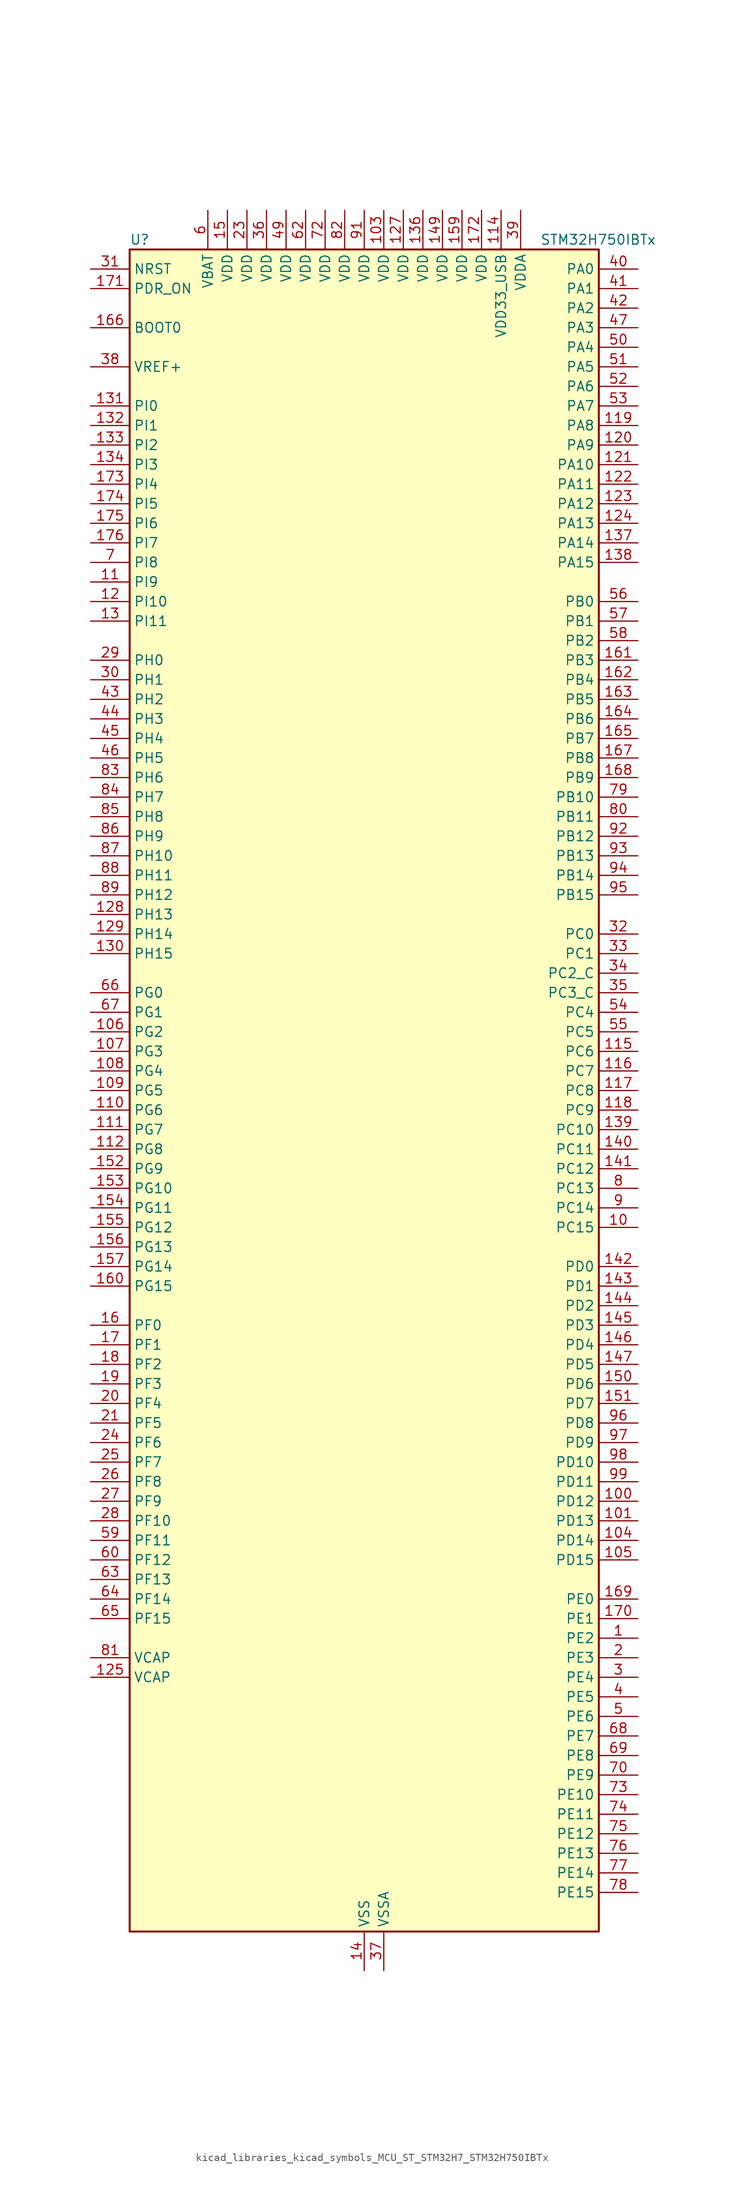
<source format=kicad_sym>
(kicad_symbol_lib
  (version 20220914)
  (generator kicad_symbol_editor)
  (symbol "kicad_libraries_kicad_symbols_MCU_ST_STM32H7_STM32H750IBTx"
    (property "Reference" "U"
      (at -30.48 110.49 0)
      (effects (font (size 1.27 1.27)) (justify left)))
    (property "Value" "STM32H750IBTx"
      (at 22.86 110.49 0)
      (effects (font (size 1.27 1.27)) (justify left)))
    (property "ki_locked" ""
      (at 0 0 0)
      (effects (font (size 1.27 1.27))))
    (symbol "kicad_libraries_kicad_symbols_MCU_ST_STM32H7_STM32H750IBTx_0_1"
      (rectangle (start -30.48 -109.22) (end 30.48 109.22) (stroke (width 0.254) (type default)) (fill (type background))))
    (symbol "kicad_libraries_kicad_symbols_MCU_ST_STM32H7_STM32H750IBTx_1_1"
      (pin bidirectional line (at 35.56 -71.12 180) (length 5.08) (name "PE2" (effects (font (size 1.27 1.27)))) (number "1" (effects (font (size 1.27 1.27)))) (alternate "DEBUG_TRACECLK" bidirectional line) (alternate "ETH_TXD3" bidirectional line) (alternate "FMC_A23" bidirectional line) (alternate "QUADSPI_BK1_IO2" bidirectional line) (alternate "SAI1_CK1" bidirectional line) (alternate "SAI1_MCLK_A" bidirectional line) (alternate "SAI4_CK1" bidirectional line) (alternate "SAI4_MCLK_A" bidirectional line) (alternate "SPI4_SCK" bidirectional line))
      (pin bidirectional line (at 35.56 -17.78 180) (length 5.08) (name "PC15" (effects (font (size 1.27 1.27)))) (number "10" (effects (font (size 1.27 1.27)))) (alternate "ADC1_EXTI15" bidirectional line) (alternate "ADC2_EXTI15" bidirectional line) (alternate "ADC3_EXTI15" bidirectional line) (alternate "RCC_OSC32_OUT" bidirectional line))
      (pin bidirectional line (at 35.56 -53.34 180) (length 5.08) (name "PD12" (effects (font (size 1.27 1.27)))) (number "100" (effects (font (size 1.27 1.27)))) (alternate "FMC_A17" bidirectional line) (alternate "FMC_ALE" bidirectional line) (alternate "I2C4_SCL" bidirectional line) (alternate "LPTIM1_IN1" bidirectional line) (alternate "LPTIM2_IN1" bidirectional line) (alternate "QUADSPI_BK1_IO1" bidirectional line) (alternate "SAI2_FS_A" bidirectional line) (alternate "TIM4_CH1" bidirectional line) (alternate "USART3_DE" bidirectional line) (alternate "USART3_RTS" bidirectional line))
      (pin bidirectional line (at 35.56 -55.88 180) (length 5.08) (name "PD13" (effects (font (size 1.27 1.27)))) (number "101" (effects (font (size 1.27 1.27)))) (alternate "FMC_A18" bidirectional line) (alternate "I2C4_SDA" bidirectional line) (alternate "LPTIM1_OUT" bidirectional line) (alternate "QUADSPI_BK1_IO3" bidirectional line) (alternate "SAI2_SCK_A" bidirectional line) (alternate "TIM4_CH2" bidirectional line))
      (pin passive line (at 0 -114.3 90) (length 5.08) hide (name "VSS" (effects (font (size 1.27 1.27)))) (number "102" (effects (font (size 1.27 1.27)))))
      (pin power_in line (at 2.54 114.3 270) (length 5.08) (name "VDD" (effects (font (size 1.27 1.27)))) (number "103" (effects (font (size 1.27 1.27)))))
      (pin bidirectional line (at 35.56 -58.42 180) (length 5.08) (name "PD14" (effects (font (size 1.27 1.27)))) (number "104" (effects (font (size 1.27 1.27)))) (alternate "FMC_D0" bidirectional line) (alternate "FMC_DA0" bidirectional line) (alternate "SAI3_MCLK_B" bidirectional line) (alternate "TIM4_CH3" bidirectional line) (alternate "UART8_CTS" bidirectional line))
      (pin bidirectional line (at 35.56 -60.96 180) (length 5.08) (name "PD15" (effects (font (size 1.27 1.27)))) (number "105" (effects (font (size 1.27 1.27)))) (alternate "ADC1_EXTI15" bidirectional line) (alternate "ADC2_EXTI15" bidirectional line) (alternate "ADC3_EXTI15" bidirectional line) (alternate "FMC_D1" bidirectional line) (alternate "FMC_DA1" bidirectional line) (alternate "SAI3_MCLK_A" bidirectional line) (alternate "TIM4_CH4" bidirectional line) (alternate "UART8_DE" bidirectional line) (alternate "UART8_RTS" bidirectional line))
      (pin bidirectional line (at -35.56 7.62 0) (length 5.08) (name "PG2" (effects (font (size 1.27 1.27)))) (number "106" (effects (font (size 1.27 1.27)))) (alternate "FMC_A12" bidirectional line) (alternate "TIM8_BKIN" bidirectional line) (alternate "TIM8_BKIN_COMP1" bidirectional line) (alternate "TIM8_BKIN_COMP2" bidirectional line))
      (pin bidirectional line (at -35.56 5.08 0) (length 5.08) (name "PG3" (effects (font (size 1.27 1.27)))) (number "107" (effects (font (size 1.27 1.27)))) (alternate "FMC_A13" bidirectional line) (alternate "TIM8_BKIN2" bidirectional line) (alternate "TIM8_BKIN2_COMP1" bidirectional line) (alternate "TIM8_BKIN2_COMP2" bidirectional line))
      (pin bidirectional line (at -35.56 2.54 0) (length 5.08) (name "PG4" (effects (font (size 1.27 1.27)))) (number "108" (effects (font (size 1.27 1.27)))) (alternate "FMC_A14" bidirectional line) (alternate "FMC_BA0" bidirectional line) (alternate "TIM1_BKIN2" bidirectional line) (alternate "TIM1_BKIN2_COMP1" bidirectional line) (alternate "TIM1_BKIN2_COMP2" bidirectional line))
      (pin bidirectional line (at -35.56 0 0) (length 5.08) (name "PG5" (effects (font (size 1.27 1.27)))) (number "109" (effects (font (size 1.27 1.27)))) (alternate "FMC_A15" bidirectional line) (alternate "FMC_BA1" bidirectional line) (alternate "TIM1_ETR" bidirectional line))
      (pin bidirectional line (at -35.56 66.04 0) (length 5.08) (name "PI9" (effects (font (size 1.27 1.27)))) (number "11" (effects (font (size 1.27 1.27)))) (alternate "DAC1_EXTI9" bidirectional line) (alternate "FDCAN1_RX" bidirectional line) (alternate "FMC_D30" bidirectional line) (alternate "LTDC_VSYNC" bidirectional line) (alternate "UART4_RX" bidirectional line))
      (pin bidirectional line (at -35.56 -2.54 0) (length 5.08) (name "PG6" (effects (font (size 1.27 1.27)))) (number "110" (effects (font (size 1.27 1.27)))) (alternate "DCMI_D12" bidirectional line) (alternate "FMC_NE3" bidirectional line) (alternate "HRTIM_CHE1" bidirectional line) (alternate "LTDC_R7" bidirectional line) (alternate "QUADSPI_BK1_NCS" bidirectional line) (alternate "TIM17_BKIN" bidirectional line))
      (pin bidirectional line (at -35.56 -5.08 0) (length 5.08) (name "PG7" (effects (font (size 1.27 1.27)))) (number "111" (effects (font (size 1.27 1.27)))) (alternate "DCMI_D13" bidirectional line) (alternate "FMC_INT" bidirectional line) (alternate "HRTIM_CHE2" bidirectional line) (alternate "LTDC_CLK" bidirectional line) (alternate "SAI1_MCLK_A" bidirectional line) (alternate "USART6_CK" bidirectional line))
      (pin bidirectional line (at -35.56 -7.62 0) (length 5.08) (name "PG8" (effects (font (size 1.27 1.27)))) (number "112" (effects (font (size 1.27 1.27)))) (alternate "ETH_PPS_OUT" bidirectional line) (alternate "FMC_SDCLK" bidirectional line) (alternate "LTDC_G7" bidirectional line) (alternate "SPDIFRX1_IN2" bidirectional line) (alternate "SPI6_NSS" bidirectional line) (alternate "TIM8_ETR" bidirectional line) (alternate "USART6_DE" bidirectional line) (alternate "USART6_RTS" bidirectional line))
      (pin passive line (at 0 -114.3 90) (length 5.08) hide (name "VSS" (effects (font (size 1.27 1.27)))) (number "113" (effects (font (size 1.27 1.27)))))
      (pin power_in line (at 17.78 114.3 270) (length 5.08) (name "VDD33_USB" (effects (font (size 1.27 1.27)))) (number "114" (effects (font (size 1.27 1.27)))))
      (pin bidirectional line (at 35.56 5.08 180) (length 5.08) (name "PC6" (effects (font (size 1.27 1.27)))) (number "115" (effects (font (size 1.27 1.27)))) (alternate "DCMI_D0" bidirectional line) (alternate "DFSDM1_CKIN3" bidirectional line) (alternate "FMC_NWAIT" bidirectional line) (alternate "HRTIM_CHA1" bidirectional line) (alternate "I2S2_MCK" bidirectional line) (alternate "LTDC_HSYNC" bidirectional line) (alternate "SDMMC1_D0DIR" bidirectional line) (alternate "SDMMC1_D6" bidirectional line) (alternate "SDMMC2_D6" bidirectional line) (alternate "SWPMI1_IO" bidirectional line) (alternate "TIM3_CH1" bidirectional line) (alternate "TIM8_CH1" bidirectional line) (alternate "USART6_TX" bidirectional line))
      (pin bidirectional line (at 35.56 2.54 180) (length 5.08) (name "PC7" (effects (font (size 1.27 1.27)))) (number "116" (effects (font (size 1.27 1.27)))) (alternate "DCMI_D1" bidirectional line) (alternate "DEBUG_TRGIO" bidirectional line) (alternate "DFSDM1_DATIN3" bidirectional line) (alternate "FMC_NE1" bidirectional line) (alternate "HRTIM_CHA2" bidirectional line) (alternate "I2S3_MCK" bidirectional line) (alternate "LTDC_G6" bidirectional line) (alternate "SDMMC1_D123DIR" bidirectional line) (alternate "SDMMC1_D7" bidirectional line) (alternate "SDMMC2_D7" bidirectional line) (alternate "SWPMI1_TX" bidirectional line) (alternate "TIM3_CH2" bidirectional line) (alternate "TIM8_CH2" bidirectional line) (alternate "USART6_RX" bidirectional line))
      (pin bidirectional line (at 35.56 0 180) (length 5.08) (name "PC8" (effects (font (size 1.27 1.27)))) (number "117" (effects (font (size 1.27 1.27)))) (alternate "DCMI_D2" bidirectional line) (alternate "DEBUG_TRACED1" bidirectional line) (alternate "FMC_NCE" bidirectional line) (alternate "FMC_NE2" bidirectional line) (alternate "HRTIM_CHB1" bidirectional line) (alternate "SDMMC1_D0" bidirectional line) (alternate "SWPMI1_RX" bidirectional line) (alternate "TIM3_CH3" bidirectional line) (alternate "TIM8_CH3" bidirectional line) (alternate "UART5_DE" bidirectional line) (alternate "UART5_RTS" bidirectional line) (alternate "USART6_CK" bidirectional line))
      (pin bidirectional line (at 35.56 -2.54 180) (length 5.08) (name "PC9" (effects (font (size 1.27 1.27)))) (number "118" (effects (font (size 1.27 1.27)))) (alternate "DAC1_EXTI9" bidirectional line) (alternate "DCMI_D3" bidirectional line) (alternate "I2C3_SDA" bidirectional line) (alternate "I2S_CKIN" bidirectional line) (alternate "LTDC_B2" bidirectional line) (alternate "LTDC_G3" bidirectional line) (alternate "QUADSPI_BK1_IO0" bidirectional line) (alternate "RCC_MCO_2" bidirectional line) (alternate "SDMMC1_D1" bidirectional line) (alternate "SWPMI1_SUSPEND" bidirectional line) (alternate "TIM3_CH4" bidirectional line) (alternate "TIM8_CH4" bidirectional line) (alternate "UART5_CTS" bidirectional line))
      (pin bidirectional line (at 35.56 86.36 180) (length 5.08) (name "PA8" (effects (font (size 1.27 1.27)))) (number "119" (effects (font (size 1.27 1.27)))) (alternate "HRTIM_CHB2" bidirectional line) (alternate "I2C3_SCL" bidirectional line) (alternate "LTDC_B3" bidirectional line) (alternate "LTDC_R6" bidirectional line) (alternate "RCC_MCO_1" bidirectional line) (alternate "TIM1_CH1" bidirectional line) (alternate "TIM8_BKIN2" bidirectional line) (alternate "TIM8_BKIN2_COMP1" bidirectional line) (alternate "TIM8_BKIN2_COMP2" bidirectional line) (alternate "UART7_RX" bidirectional line) (alternate "USART1_CK" bidirectional line) (alternate "USB_OTG_FS_SOF" bidirectional line))
      (pin bidirectional line (at -35.56 63.5 0) (length 5.08) (name "PI10" (effects (font (size 1.27 1.27)))) (number "12" (effects (font (size 1.27 1.27)))) (alternate "ETH_RX_ER" bidirectional line) (alternate "FMC_D31" bidirectional line) (alternate "LTDC_HSYNC" bidirectional line))
      (pin bidirectional line (at 35.56 83.82 180) (length 5.08) (name "PA9" (effects (font (size 1.27 1.27)))) (number "120" (effects (font (size 1.27 1.27)))) (alternate "DAC1_EXTI9" bidirectional line) (alternate "DCMI_D0" bidirectional line) (alternate "HRTIM_CHC1" bidirectional line) (alternate "I2C3_SMBA" bidirectional line) (alternate "I2S2_CK" bidirectional line) (alternate "LPUART1_TX" bidirectional line) (alternate "LTDC_R5" bidirectional line) (alternate "SPI2_SCK" bidirectional line) (alternate "TIM1_CH2" bidirectional line) (alternate "USART1_TX" bidirectional line) (alternate "USB_OTG_FS_VBUS" bidirectional line))
      (pin bidirectional line (at 35.56 81.28 180) (length 5.08) (name "PA10" (effects (font (size 1.27 1.27)))) (number "121" (effects (font (size 1.27 1.27)))) (alternate "DCMI_D1" bidirectional line) (alternate "HRTIM_CHC2" bidirectional line) (alternate "LPUART1_RX" bidirectional line) (alternate "LTDC_B1" bidirectional line) (alternate "LTDC_B4" bidirectional line) (alternate "MDIOS_MDIO" bidirectional line) (alternate "TIM1_CH3" bidirectional line) (alternate "USART1_RX" bidirectional line) (alternate "USB_OTG_FS_ID" bidirectional line))
      (pin bidirectional line (at 35.56 78.74 180) (length 5.08) (name "PA11" (effects (font (size 1.27 1.27)))) (number "122" (effects (font (size 1.27 1.27)))) (alternate "ADC1_EXTI11" bidirectional line) (alternate "ADC2_EXTI11" bidirectional line) (alternate "ADC3_EXTI11" bidirectional line) (alternate "FDCAN1_RX" bidirectional line) (alternate "HRTIM_CHD1" bidirectional line) (alternate "I2S2_WS" bidirectional line) (alternate "LPUART1_CTS" bidirectional line) (alternate "LTDC_R4" bidirectional line) (alternate "SPI2_NSS" bidirectional line) (alternate "TIM1_CH4" bidirectional line) (alternate "UART4_RX" bidirectional line) (alternate "USART1_CTS" bidirectional line) (alternate "USART1_NSS" bidirectional line) (alternate "USB_OTG_FS_DM" bidirectional line))
      (pin bidirectional line (at 35.56 76.2 180) (length 5.08) (name "PA12" (effects (font (size 1.27 1.27)))) (number "123" (effects (font (size 1.27 1.27)))) (alternate "FDCAN1_TX" bidirectional line) (alternate "HRTIM_CHD2" bidirectional line) (alternate "I2S2_CK" bidirectional line) (alternate "LPUART1_DE" bidirectional line) (alternate "LPUART1_RTS" bidirectional line) (alternate "LTDC_R5" bidirectional line) (alternate "SAI2_FS_B" bidirectional line) (alternate "SPI2_SCK" bidirectional line) (alternate "TIM1_ETR" bidirectional line) (alternate "UART4_TX" bidirectional line) (alternate "USART1_DE" bidirectional line) (alternate "USART1_RTS" bidirectional line) (alternate "USB_OTG_FS_DP" bidirectional line))
      (pin bidirectional line (at 35.56 73.66 180) (length 5.08) (name "PA13" (effects (font (size 1.27 1.27)))) (number "124" (effects (font (size 1.27 1.27)))) (alternate "DEBUG_JTMS-SWDIO" bidirectional line))
      (pin power_out line (at -35.56 -76.2 0) (length 5.08) (name "VCAP" (effects (font (size 1.27 1.27)))) (number "125" (effects (font (size 1.27 1.27)))))
      (pin passive line (at 0 -114.3 90) (length 5.08) hide (name "VSS" (effects (font (size 1.27 1.27)))) (number "126" (effects (font (size 1.27 1.27)))))
      (pin power_in line (at 5.08 114.3 270) (length 5.08) (name "VDD" (effects (font (size 1.27 1.27)))) (number "127" (effects (font (size 1.27 1.27)))))
      (pin bidirectional line (at -35.56 22.86 0) (length 5.08) (name "PH13" (effects (font (size 1.27 1.27)))) (number "128" (effects (font (size 1.27 1.27)))) (alternate "FDCAN1_TX" bidirectional line) (alternate "FMC_D21" bidirectional line) (alternate "LTDC_G2" bidirectional line) (alternate "TIM8_CH1N" bidirectional line) (alternate "UART4_TX" bidirectional line))
      (pin bidirectional line (at -35.56 20.32 0) (length 5.08) (name "PH14" (effects (font (size 1.27 1.27)))) (number "129" (effects (font (size 1.27 1.27)))) (alternate "DCMI_D4" bidirectional line) (alternate "FDCAN1_RX" bidirectional line) (alternate "FMC_D22" bidirectional line) (alternate "LTDC_G3" bidirectional line) (alternate "TIM8_CH2N" bidirectional line) (alternate "UART4_RX" bidirectional line))
      (pin bidirectional line (at -35.56 60.96 0) (length 5.08) (name "PI11" (effects (font (size 1.27 1.27)))) (number "13" (effects (font (size 1.27 1.27)))) (alternate "ADC1_EXTI11" bidirectional line) (alternate "ADC2_EXTI11" bidirectional line) (alternate "ADC3_EXTI11" bidirectional line) (alternate "LTDC_G6" bidirectional line) (alternate "PWR_WKUP4" bidirectional line) (alternate "USB_OTG_HS_ULPI_DIR" bidirectional line))
      (pin bidirectional line (at -35.56 17.78 0) (length 5.08) (name "PH15" (effects (font (size 1.27 1.27)))) (number "130" (effects (font (size 1.27 1.27)))) (alternate "ADC1_EXTI15" bidirectional line) (alternate "ADC2_EXTI15" bidirectional line) (alternate "ADC3_EXTI15" bidirectional line) (alternate "DCMI_D11" bidirectional line) (alternate "FMC_D23" bidirectional line) (alternate "LTDC_G4" bidirectional line) (alternate "TIM8_CH3N" bidirectional line))
      (pin bidirectional line (at -35.56 88.9 0) (length 5.08) (name "PI0" (effects (font (size 1.27 1.27)))) (number "131" (effects (font (size 1.27 1.27)))) (alternate "DCMI_D13" bidirectional line) (alternate "FMC_D24" bidirectional line) (alternate "I2S2_WS" bidirectional line) (alternate "LTDC_G5" bidirectional line) (alternate "SPI2_NSS" bidirectional line) (alternate "TIM5_CH4" bidirectional line))
      (pin bidirectional line (at -35.56 86.36 0) (length 5.08) (name "PI1" (effects (font (size 1.27 1.27)))) (number "132" (effects (font (size 1.27 1.27)))) (alternate "DCMI_D8" bidirectional line) (alternate "FMC_D25" bidirectional line) (alternate "I2S2_CK" bidirectional line) (alternate "LTDC_G6" bidirectional line) (alternate "SPI2_SCK" bidirectional line) (alternate "TIM8_BKIN2" bidirectional line) (alternate "TIM8_BKIN2_COMP1" bidirectional line) (alternate "TIM8_BKIN2_COMP2" bidirectional line))
      (pin bidirectional line (at -35.56 83.82 0) (length 5.08) (name "PI2" (effects (font (size 1.27 1.27)))) (number "133" (effects (font (size 1.27 1.27)))) (alternate "DCMI_D9" bidirectional line) (alternate "FMC_D26" bidirectional line) (alternate "I2S2_SDI" bidirectional line) (alternate "LTDC_G7" bidirectional line) (alternate "SPI2_MISO" bidirectional line) (alternate "TIM8_CH4" bidirectional line))
      (pin bidirectional line (at -35.56 81.28 0) (length 5.08) (name "PI3" (effects (font (size 1.27 1.27)))) (number "134" (effects (font (size 1.27 1.27)))) (alternate "DCMI_D10" bidirectional line) (alternate "FMC_D27" bidirectional line) (alternate "I2S2_SDO" bidirectional line) (alternate "SPI2_MOSI" bidirectional line) (alternate "TIM8_ETR" bidirectional line))
      (pin passive line (at 0 -114.3 90) (length 5.08) hide (name "VSS" (effects (font (size 1.27 1.27)))) (number "135" (effects (font (size 1.27 1.27)))))
      (pin power_in line (at 7.62 114.3 270) (length 5.08) (name "VDD" (effects (font (size 1.27 1.27)))) (number "136" (effects (font (size 1.27 1.27)))))
      (pin bidirectional line (at 35.56 71.12 180) (length 5.08) (name "PA14" (effects (font (size 1.27 1.27)))) (number "137" (effects (font (size 1.27 1.27)))) (alternate "DEBUG_JTCK-SWCLK" bidirectional line))
      (pin bidirectional line (at 35.56 68.58 180) (length 5.08) (name "PA15" (effects (font (size 1.27 1.27)))) (number "138" (effects (font (size 1.27 1.27)))) (alternate "ADC1_EXTI15" bidirectional line) (alternate "ADC2_EXTI15" bidirectional line) (alternate "ADC3_EXTI15" bidirectional line) (alternate "CEC" bidirectional line) (alternate "DEBUG_JTDI" bidirectional line) (alternate "HRTIM_FLT1" bidirectional line) (alternate "I2S1_WS" bidirectional line) (alternate "I2S3_WS" bidirectional line) (alternate "SPI1_NSS" bidirectional line) (alternate "SPI3_NSS" bidirectional line) (alternate "SPI6_NSS" bidirectional line) (alternate "TIM2_CH1" bidirectional line) (alternate "TIM2_ETR" bidirectional line) (alternate "UART4_DE" bidirectional line) (alternate "UART4_RTS" bidirectional line) (alternate "UART7_TX" bidirectional line))
      (pin bidirectional line (at 35.56 -5.08 180) (length 5.08) (name "PC10" (effects (font (size 1.27 1.27)))) (number "139" (effects (font (size 1.27 1.27)))) (alternate "DCMI_D8" bidirectional line) (alternate "DFSDM1_CKIN5" bidirectional line) (alternate "HRTIM_EEV1" bidirectional line) (alternate "I2S3_CK" bidirectional line) (alternate "LTDC_R2" bidirectional line) (alternate "QUADSPI_BK1_IO1" bidirectional line) (alternate "SDMMC1_D2" bidirectional line) (alternate "SPI3_SCK" bidirectional line) (alternate "UART4_TX" bidirectional line) (alternate "USART3_TX" bidirectional line))
      (pin power_in line (at 0 -114.3 90) (length 5.08) (name "VSS" (effects (font (size 1.27 1.27)))) (number "14" (effects (font (size 1.27 1.27)))))
      (pin bidirectional line (at 35.56 -7.62 180) (length 5.08) (name "PC11" (effects (font (size 1.27 1.27)))) (number "140" (effects (font (size 1.27 1.27)))) (alternate "ADC1_EXTI11" bidirectional line) (alternate "ADC2_EXTI11" bidirectional line) (alternate "ADC3_EXTI11" bidirectional line) (alternate "DCMI_D4" bidirectional line) (alternate "DFSDM1_DATIN5" bidirectional line) (alternate "HRTIM_FLT2" bidirectional line) (alternate "I2S3_SDI" bidirectional line) (alternate "QUADSPI_BK2_NCS" bidirectional line) (alternate "SDMMC1_D3" bidirectional line) (alternate "SPI3_MISO" bidirectional line) (alternate "UART4_RX" bidirectional line) (alternate "USART3_RX" bidirectional line))
      (pin bidirectional line (at 35.56 -10.16 180) (length 5.08) (name "PC12" (effects (font (size 1.27 1.27)))) (number "141" (effects (font (size 1.27 1.27)))) (alternate "DCMI_D9" bidirectional line) (alternate "DEBUG_TRACED3" bidirectional line) (alternate "HRTIM_EEV2" bidirectional line) (alternate "I2S3_SDO" bidirectional line) (alternate "SDMMC1_CK" bidirectional line) (alternate "SPI3_MOSI" bidirectional line) (alternate "UART5_TX" bidirectional line) (alternate "USART3_CK" bidirectional line))
      (pin bidirectional line (at 35.56 -22.86 180) (length 5.08) (name "PD0" (effects (font (size 1.27 1.27)))) (number "142" (effects (font (size 1.27 1.27)))) (alternate "DFSDM1_CKIN6" bidirectional line) (alternate "FDCAN1_RX" bidirectional line) (alternate "FMC_D2" bidirectional line) (alternate "FMC_DA2" bidirectional line) (alternate "SAI3_SCK_A" bidirectional line) (alternate "UART4_RX" bidirectional line))
      (pin bidirectional line (at 35.56 -25.4 180) (length 5.08) (name "PD1" (effects (font (size 1.27 1.27)))) (number "143" (effects (font (size 1.27 1.27)))) (alternate "DFSDM1_DATIN6" bidirectional line) (alternate "FDCAN1_TX" bidirectional line) (alternate "FMC_D3" bidirectional line) (alternate "FMC_DA3" bidirectional line) (alternate "SAI3_SD_A" bidirectional line) (alternate "UART4_TX" bidirectional line))
      (pin bidirectional line (at 35.56 -27.94 180) (length 5.08) (name "PD2" (effects (font (size 1.27 1.27)))) (number "144" (effects (font (size 1.27 1.27)))) (alternate "DCMI_D11" bidirectional line) (alternate "DEBUG_TRACED2" bidirectional line) (alternate "SDMMC1_CMD" bidirectional line) (alternate "TIM3_ETR" bidirectional line) (alternate "UART5_RX" bidirectional line))
      (pin bidirectional line (at 35.56 -30.48 180) (length 5.08) (name "PD3" (effects (font (size 1.27 1.27)))) (number "145" (effects (font (size 1.27 1.27)))) (alternate "DCMI_D5" bidirectional line) (alternate "DFSDM1_CKOUT" bidirectional line) (alternate "FMC_CLK" bidirectional line) (alternate "I2S2_CK" bidirectional line) (alternate "LTDC_G7" bidirectional line) (alternate "SPI2_SCK" bidirectional line) (alternate "USART2_CTS" bidirectional line) (alternate "USART2_NSS" bidirectional line))
      (pin bidirectional line (at 35.56 -33.02 180) (length 5.08) (name "PD4" (effects (font (size 1.27 1.27)))) (number "146" (effects (font (size 1.27 1.27)))) (alternate "FMC_NOE" bidirectional line) (alternate "HRTIM_FLT3" bidirectional line) (alternate "SAI3_FS_A" bidirectional line) (alternate "USART2_DE" bidirectional line) (alternate "USART2_RTS" bidirectional line))
      (pin bidirectional line (at 35.56 -35.56 180) (length 5.08) (name "PD5" (effects (font (size 1.27 1.27)))) (number "147" (effects (font (size 1.27 1.27)))) (alternate "FMC_NWE" bidirectional line) (alternate "HRTIM_EEV3" bidirectional line) (alternate "USART2_TX" bidirectional line))
      (pin passive line (at 0 -114.3 90) (length 5.08) hide (name "VSS" (effects (font (size 1.27 1.27)))) (number "148" (effects (font (size 1.27 1.27)))))
      (pin power_in line (at 10.16 114.3 270) (length 5.08) (name "VDD" (effects (font (size 1.27 1.27)))) (number "149" (effects (font (size 1.27 1.27)))))
      (pin power_in line (at -17.78 114.3 270) (length 5.08) (name "VDD" (effects (font (size 1.27 1.27)))) (number "15" (effects (font (size 1.27 1.27)))))
      (pin bidirectional line (at 35.56 -38.1 180) (length 5.08) (name "PD6" (effects (font (size 1.27 1.27)))) (number "150" (effects (font (size 1.27 1.27)))) (alternate "DCMI_D10" bidirectional line) (alternate "DFSDM1_CKIN4" bidirectional line) (alternate "DFSDM1_DATIN1" bidirectional line) (alternate "FMC_NWAIT" bidirectional line) (alternate "I2S3_SDO" bidirectional line) (alternate "LTDC_B2" bidirectional line) (alternate "SAI1_D1" bidirectional line) (alternate "SAI1_SD_A" bidirectional line) (alternate "SAI4_D1" bidirectional line) (alternate "SAI4_SD_A" bidirectional line) (alternate "SDMMC2_CK" bidirectional line) (alternate "SPI3_MOSI" bidirectional line) (alternate "USART2_RX" bidirectional line))
      (pin bidirectional line (at 35.56 -40.64 180) (length 5.08) (name "PD7" (effects (font (size 1.27 1.27)))) (number "151" (effects (font (size 1.27 1.27)))) (alternate "DFSDM1_CKIN1" bidirectional line) (alternate "DFSDM1_DATIN4" bidirectional line) (alternate "FMC_NE1" bidirectional line) (alternate "I2S1_SDO" bidirectional line) (alternate "SDMMC2_CMD" bidirectional line) (alternate "SPDIFRX1_IN0" bidirectional line) (alternate "SPI1_MOSI" bidirectional line) (alternate "USART2_CK" bidirectional line))
      (pin bidirectional line (at -35.56 -10.16 0) (length 5.08) (name "PG9" (effects (font (size 1.27 1.27)))) (number "152" (effects (font (size 1.27 1.27)))) (alternate "DAC1_EXTI9" bidirectional line) (alternate "DCMI_VSYNC" bidirectional line) (alternate "FMC_NCE" bidirectional line) (alternate "FMC_NE2" bidirectional line) (alternate "I2S1_SDI" bidirectional line) (alternate "QUADSPI_BK2_IO2" bidirectional line) (alternate "SAI2_FS_B" bidirectional line) (alternate "SPDIFRX1_IN3" bidirectional line) (alternate "SPI1_MISO" bidirectional line) (alternate "USART6_RX" bidirectional line))
      (pin bidirectional line (at -35.56 -12.7 0) (length 5.08) (name "PG10" (effects (font (size 1.27 1.27)))) (number "153" (effects (font (size 1.27 1.27)))) (alternate "DCMI_D2" bidirectional line) (alternate "FMC_NE3" bidirectional line) (alternate "HRTIM_FLT5" bidirectional line) (alternate "I2S1_WS" bidirectional line) (alternate "LTDC_B2" bidirectional line) (alternate "LTDC_G3" bidirectional line) (alternate "SAI2_SD_B" bidirectional line) (alternate "SPI1_NSS" bidirectional line))
      (pin bidirectional line (at -35.56 -15.24 0) (length 5.08) (name "PG11" (effects (font (size 1.27 1.27)))) (number "154" (effects (font (size 1.27 1.27)))) (alternate "ADC1_EXTI11" bidirectional line) (alternate "ADC2_EXTI11" bidirectional line) (alternate "ADC3_EXTI11" bidirectional line) (alternate "DCMI_D3" bidirectional line) (alternate "ETH_TX_EN" bidirectional line) (alternate "HRTIM_EEV4" bidirectional line) (alternate "I2S1_CK" bidirectional line) (alternate "LPTIM1_IN2" bidirectional line) (alternate "LTDC_B3" bidirectional line) (alternate "SDMMC2_D2" bidirectional line) (alternate "SPDIFRX1_IN0" bidirectional line) (alternate "SPI1_SCK" bidirectional line))
      (pin bidirectional line (at -35.56 -17.78 0) (length 5.08) (name "PG12" (effects (font (size 1.27 1.27)))) (number "155" (effects (font (size 1.27 1.27)))) (alternate "ETH_TXD1" bidirectional line) (alternate "FMC_NE4" bidirectional line) (alternate "HRTIM_EEV5" bidirectional line) (alternate "LPTIM1_IN1" bidirectional line) (alternate "LTDC_B1" bidirectional line) (alternate "LTDC_B4" bidirectional line) (alternate "SPDIFRX1_IN1" bidirectional line) (alternate "SPI6_MISO" bidirectional line) (alternate "USART6_DE" bidirectional line) (alternate "USART6_RTS" bidirectional line))
      (pin bidirectional line (at -35.56 -20.32 0) (length 5.08) (name "PG13" (effects (font (size 1.27 1.27)))) (number "156" (effects (font (size 1.27 1.27)))) (alternate "DEBUG_TRACED0" bidirectional line) (alternate "ETH_TXD0" bidirectional line) (alternate "FMC_A24" bidirectional line) (alternate "HRTIM_EEV10" bidirectional line) (alternate "LPTIM1_OUT" bidirectional line) (alternate "LTDC_R0" bidirectional line) (alternate "SPI6_SCK" bidirectional line) (alternate "USART6_CTS" bidirectional line) (alternate "USART6_NSS" bidirectional line))
      (pin bidirectional line (at -35.56 -22.86 0) (length 5.08) (name "PG14" (effects (font (size 1.27 1.27)))) (number "157" (effects (font (size 1.27 1.27)))) (alternate "DEBUG_TRACED1" bidirectional line) (alternate "ETH_TXD1" bidirectional line) (alternate "FMC_A25" bidirectional line) (alternate "LPTIM1_ETR" bidirectional line) (alternate "LTDC_B0" bidirectional line) (alternate "QUADSPI_BK2_IO3" bidirectional line) (alternate "SPI6_MOSI" bidirectional line) (alternate "USART6_TX" bidirectional line))
      (pin passive line (at 0 -114.3 90) (length 5.08) hide (name "VSS" (effects (font (size 1.27 1.27)))) (number "158" (effects (font (size 1.27 1.27)))))
      (pin power_in line (at 12.7 114.3 270) (length 5.08) (name "VDD" (effects (font (size 1.27 1.27)))) (number "159" (effects (font (size 1.27 1.27)))))
      (pin bidirectional line (at -35.56 -30.48 0) (length 5.08) (name "PF0" (effects (font (size 1.27 1.27)))) (number "16" (effects (font (size 1.27 1.27)))) (alternate "FMC_A0" bidirectional line) (alternate "I2C2_SDA" bidirectional line))
      (pin bidirectional line (at -35.56 -25.4 0) (length 5.08) (name "PG15" (effects (font (size 1.27 1.27)))) (number "160" (effects (font (size 1.27 1.27)))) (alternate "ADC1_EXTI15" bidirectional line) (alternate "ADC2_EXTI15" bidirectional line) (alternate "ADC3_EXTI15" bidirectional line) (alternate "DCMI_D13" bidirectional line) (alternate "FMC_SDNCAS" bidirectional line) (alternate "USART6_CTS" bidirectional line) (alternate "USART6_NSS" bidirectional line))
      (pin bidirectional line (at 35.56 55.88 180) (length 5.08) (name "PB3" (effects (font (size 1.27 1.27)))) (number "161" (effects (font (size 1.27 1.27)))) (alternate "CRS_SYNC" bidirectional line) (alternate "DEBUG_JTDO-SWO" bidirectional line) (alternate "HRTIM_FLT4" bidirectional line) (alternate "I2S1_CK" bidirectional line) (alternate "I2S3_CK" bidirectional line) (alternate "SDMMC2_D2" bidirectional line) (alternate "SPI1_SCK" bidirectional line) (alternate "SPI3_SCK" bidirectional line) (alternate "SPI6_SCK" bidirectional line) (alternate "TIM2_CH2" bidirectional line) (alternate "UART7_RX" bidirectional line))
      (pin bidirectional line (at 35.56 53.34 180) (length 5.08) (name "PB4" (effects (font (size 1.27 1.27)))) (number "162" (effects (font (size 1.27 1.27)))) (alternate "DEBUG_JTRST" bidirectional line) (alternate "HRTIM_EEV6" bidirectional line) (alternate "I2S1_SDI" bidirectional line) (alternate "I2S2_WS" bidirectional line) (alternate "I2S3_SDI" bidirectional line) (alternate "SDMMC2_D3" bidirectional line) (alternate "SPI1_MISO" bidirectional line) (alternate "SPI2_NSS" bidirectional line) (alternate "SPI3_MISO" bidirectional line) (alternate "SPI6_MISO" bidirectional line) (alternate "TIM16_BKIN" bidirectional line) (alternate "TIM3_CH1" bidirectional line) (alternate "UART7_TX" bidirectional line))
      (pin bidirectional line (at 35.56 50.8 180) (length 5.08) (name "PB5" (effects (font (size 1.27 1.27)))) (number "163" (effects (font (size 1.27 1.27)))) (alternate "DCMI_D10" bidirectional line) (alternate "ETH_PPS_OUT" bidirectional line) (alternate "FDCAN2_RX" bidirectional line) (alternate "FMC_SDCKE1" bidirectional line) (alternate "HRTIM_EEV7" bidirectional line) (alternate "I2C1_SMBA" bidirectional line) (alternate "I2C4_SMBA" bidirectional line) (alternate "I2S1_SDO" bidirectional line) (alternate "I2S3_SDO" bidirectional line) (alternate "SPI1_MOSI" bidirectional line) (alternate "SPI3_MOSI" bidirectional line) (alternate "SPI6_MOSI" bidirectional line) (alternate "TIM17_BKIN" bidirectional line) (alternate "TIM3_CH2" bidirectional line) (alternate "UART5_RX" bidirectional line) (alternate "USB_OTG_HS_ULPI_D7" bidirectional line))
      (pin bidirectional line (at 35.56 48.26 180) (length 5.08) (name "PB6" (effects (font (size 1.27 1.27)))) (number "164" (effects (font (size 1.27 1.27)))) (alternate "CEC" bidirectional line) (alternate "DCMI_D5" bidirectional line) (alternate "DFSDM1_DATIN5" bidirectional line) (alternate "FDCAN2_TX" bidirectional line) (alternate "FMC_SDNE1" bidirectional line) (alternate "HRTIM_EEV8" bidirectional line) (alternate "I2C1_SCL" bidirectional line) (alternate "I2C4_SCL" bidirectional line) (alternate "LPUART1_TX" bidirectional line) (alternate "QUADSPI_BK1_NCS" bidirectional line) (alternate "TIM16_CH1N" bidirectional line) (alternate "TIM4_CH1" bidirectional line) (alternate "UART5_TX" bidirectional line) (alternate "USART1_TX" bidirectional line))
      (pin bidirectional line (at 35.56 45.72 180) (length 5.08) (name "PB7" (effects (font (size 1.27 1.27)))) (number "165" (effects (font (size 1.27 1.27)))) (alternate "DCMI_VSYNC" bidirectional line) (alternate "DFSDM1_CKIN5" bidirectional line) (alternate "FMC_NL" bidirectional line) (alternate "HRTIM_EEV9" bidirectional line) (alternate "I2C1_SDA" bidirectional line) (alternate "I2C4_SDA" bidirectional line) (alternate "LPUART1_RX" bidirectional line) (alternate "PWR_PVD_IN" bidirectional line) (alternate "TIM17_CH1N" bidirectional line) (alternate "TIM4_CH2" bidirectional line) (alternate "USART1_RX" bidirectional line))
      (pin input line (at -35.56 99.06 0) (length 5.08) (name "BOOT0" (effects (font (size 1.27 1.27)))) (number "166" (effects (font (size 1.27 1.27)))))
      (pin bidirectional line (at 35.56 43.18 180) (length 5.08) (name "PB8" (effects (font (size 1.27 1.27)))) (number "167" (effects (font (size 1.27 1.27)))) (alternate "DCMI_D6" bidirectional line) (alternate "DFSDM1_CKIN7" bidirectional line) (alternate "ETH_TXD3" bidirectional line) (alternate "FDCAN1_RX" bidirectional line) (alternate "I2C1_SCL" bidirectional line) (alternate "I2C4_SCL" bidirectional line) (alternate "LTDC_B6" bidirectional line) (alternate "SDMMC1_CKIN" bidirectional line) (alternate "SDMMC1_D4" bidirectional line) (alternate "SDMMC2_D4" bidirectional line) (alternate "TIM16_CH1" bidirectional line) (alternate "TIM4_CH3" bidirectional line) (alternate "UART4_RX" bidirectional line))
      (pin bidirectional line (at 35.56 40.64 180) (length 5.08) (name "PB9" (effects (font (size 1.27 1.27)))) (number "168" (effects (font (size 1.27 1.27)))) (alternate "DAC1_EXTI9" bidirectional line) (alternate "DCMI_D7" bidirectional line) (alternate "DFSDM1_DATIN7" bidirectional line) (alternate "FDCAN1_TX" bidirectional line) (alternate "I2C1_SDA" bidirectional line) (alternate "I2C4_SDA" bidirectional line) (alternate "I2C4_SMBA" bidirectional line) (alternate "I2S2_WS" bidirectional line) (alternate "LTDC_B7" bidirectional line) (alternate "SDMMC1_CDIR" bidirectional line) (alternate "SDMMC1_D5" bidirectional line) (alternate "SDMMC2_D5" bidirectional line) (alternate "SPI2_NSS" bidirectional line) (alternate "TIM17_CH1" bidirectional line) (alternate "TIM4_CH4" bidirectional line) (alternate "UART4_TX" bidirectional line))
      (pin bidirectional line (at 35.56 -66.04 180) (length 5.08) (name "PE0" (effects (font (size 1.27 1.27)))) (number "169" (effects (font (size 1.27 1.27)))) (alternate "DCMI_D2" bidirectional line) (alternate "FMC_NBL0" bidirectional line) (alternate "HRTIM_SCIN" bidirectional line) (alternate "LPTIM1_ETR" bidirectional line) (alternate "LPTIM2_ETR" bidirectional line) (alternate "SAI2_MCLK_A" bidirectional line) (alternate "TIM4_ETR" bidirectional line) (alternate "UART8_RX" bidirectional line))
      (pin bidirectional line (at -35.56 -33.02 0) (length 5.08) (name "PF1" (effects (font (size 1.27 1.27)))) (number "17" (effects (font (size 1.27 1.27)))) (alternate "FMC_A1" bidirectional line) (alternate "I2C2_SCL" bidirectional line))
      (pin bidirectional line (at 35.56 -68.58 180) (length 5.08) (name "PE1" (effects (font (size 1.27 1.27)))) (number "170" (effects (font (size 1.27 1.27)))) (alternate "DCMI_D3" bidirectional line) (alternate "FMC_NBL1" bidirectional line) (alternate "HRTIM_SCOUT" bidirectional line) (alternate "LPTIM1_IN2" bidirectional line) (alternate "UART8_TX" bidirectional line))
      (pin input line (at -35.56 104.14 0) (length 5.08) (name "PDR_ON" (effects (font (size 1.27 1.27)))) (number "171" (effects (font (size 1.27 1.27)))))
      (pin power_in line (at 15.24 114.3 270) (length 5.08) (name "VDD" (effects (font (size 1.27 1.27)))) (number "172" (effects (font (size 1.27 1.27)))))
      (pin bidirectional line (at -35.56 78.74 0) (length 5.08) (name "PI4" (effects (font (size 1.27 1.27)))) (number "173" (effects (font (size 1.27 1.27)))) (alternate "DCMI_D5" bidirectional line) (alternate "FMC_NBL2" bidirectional line) (alternate "LTDC_B4" bidirectional line) (alternate "SAI2_MCLK_A" bidirectional line) (alternate "TIM8_BKIN" bidirectional line) (alternate "TIM8_BKIN_COMP1" bidirectional line) (alternate "TIM8_BKIN_COMP2" bidirectional line))
      (pin bidirectional line (at -35.56 76.2 0) (length 5.08) (name "PI5" (effects (font (size 1.27 1.27)))) (number "174" (effects (font (size 1.27 1.27)))) (alternate "DCMI_VSYNC" bidirectional line) (alternate "FMC_NBL3" bidirectional line) (alternate "LTDC_B5" bidirectional line) (alternate "SAI2_SCK_A" bidirectional line) (alternate "TIM8_CH1" bidirectional line))
      (pin bidirectional line (at -35.56 73.66 0) (length 5.08) (name "PI6" (effects (font (size 1.27 1.27)))) (number "175" (effects (font (size 1.27 1.27)))) (alternate "DCMI_D6" bidirectional line) (alternate "FMC_D28" bidirectional line) (alternate "LTDC_B6" bidirectional line) (alternate "SAI2_SD_A" bidirectional line) (alternate "TIM8_CH2" bidirectional line))
      (pin bidirectional line (at -35.56 71.12 0) (length 5.08) (name "PI7" (effects (font (size 1.27 1.27)))) (number "176" (effects (font (size 1.27 1.27)))) (alternate "DCMI_D7" bidirectional line) (alternate "FMC_D29" bidirectional line) (alternate "LTDC_B7" bidirectional line) (alternate "SAI2_FS_A" bidirectional line) (alternate "TIM8_CH3" bidirectional line))
      (pin bidirectional line (at -35.56 -35.56 0) (length 5.08) (name "PF2" (effects (font (size 1.27 1.27)))) (number "18" (effects (font (size 1.27 1.27)))) (alternate "FMC_A2" bidirectional line) (alternate "I2C2_SMBA" bidirectional line))
      (pin bidirectional line (at -35.56 -38.1 0) (length 5.08) (name "PF3" (effects (font (size 1.27 1.27)))) (number "19" (effects (font (size 1.27 1.27)))) (alternate "ADC3_INP5" bidirectional line) (alternate "FMC_A3" bidirectional line))
      (pin bidirectional line (at 35.56 -73.66 180) (length 5.08) (name "PE3" (effects (font (size 1.27 1.27)))) (number "2" (effects (font (size 1.27 1.27)))) (alternate "DEBUG_TRACED0" bidirectional line) (alternate "FMC_A19" bidirectional line) (alternate "SAI1_SD_B" bidirectional line) (alternate "SAI4_SD_B" bidirectional line) (alternate "TIM15_BKIN" bidirectional line))
      (pin bidirectional line (at -35.56 -40.64 0) (length 5.08) (name "PF4" (effects (font (size 1.27 1.27)))) (number "20" (effects (font (size 1.27 1.27)))) (alternate "ADC3_INN5" bidirectional line) (alternate "ADC3_INP9" bidirectional line) (alternate "FMC_A4" bidirectional line))
      (pin bidirectional line (at -35.56 -43.18 0) (length 5.08) (name "PF5" (effects (font (size 1.27 1.27)))) (number "21" (effects (font (size 1.27 1.27)))) (alternate "ADC3_INP4" bidirectional line) (alternate "FMC_A5" bidirectional line))
      (pin passive line (at 0 -114.3 90) (length 5.08) hide (name "VSS" (effects (font (size 1.27 1.27)))) (number "22" (effects (font (size 1.27 1.27)))))
      (pin power_in line (at -15.24 114.3 270) (length 5.08) (name "VDD" (effects (font (size 1.27 1.27)))) (number "23" (effects (font (size 1.27 1.27)))))
      (pin bidirectional line (at -35.56 -45.72 0) (length 5.08) (name "PF6" (effects (font (size 1.27 1.27)))) (number "24" (effects (font (size 1.27 1.27)))) (alternate "ADC3_INN4" bidirectional line) (alternate "ADC3_INP8" bidirectional line) (alternate "QUADSPI_BK1_IO3" bidirectional line) (alternate "SAI1_SD_B" bidirectional line) (alternate "SAI4_SD_B" bidirectional line) (alternate "SPI5_NSS" bidirectional line) (alternate "TIM16_CH1" bidirectional line) (alternate "UART7_RX" bidirectional line))
      (pin bidirectional line (at -35.56 -48.26 0) (length 5.08) (name "PF7" (effects (font (size 1.27 1.27)))) (number "25" (effects (font (size 1.27 1.27)))) (alternate "ADC3_INP3" bidirectional line) (alternate "QUADSPI_BK1_IO2" bidirectional line) (alternate "SAI1_MCLK_B" bidirectional line) (alternate "SAI4_MCLK_B" bidirectional line) (alternate "SPI5_SCK" bidirectional line) (alternate "TIM17_CH1" bidirectional line) (alternate "UART7_TX" bidirectional line))
      (pin bidirectional line (at -35.56 -50.8 0) (length 5.08) (name "PF8" (effects (font (size 1.27 1.27)))) (number "26" (effects (font (size 1.27 1.27)))) (alternate "ADC3_INN3" bidirectional line) (alternate "ADC3_INP7" bidirectional line) (alternate "QUADSPI_BK1_IO0" bidirectional line) (alternate "SAI1_SCK_B" bidirectional line) (alternate "SAI4_SCK_B" bidirectional line) (alternate "SPI5_MISO" bidirectional line) (alternate "TIM13_CH1" bidirectional line) (alternate "TIM16_CH1N" bidirectional line) (alternate "UART7_DE" bidirectional line) (alternate "UART7_RTS" bidirectional line))
      (pin bidirectional line (at -35.56 -53.34 0) (length 5.08) (name "PF9" (effects (font (size 1.27 1.27)))) (number "27" (effects (font (size 1.27 1.27)))) (alternate "ADC3_INP2" bidirectional line) (alternate "DAC1_EXTI9" bidirectional line) (alternate "QUADSPI_BK1_IO1" bidirectional line) (alternate "SAI1_FS_B" bidirectional line) (alternate "SAI4_FS_B" bidirectional line) (alternate "SPI5_MOSI" bidirectional line) (alternate "TIM14_CH1" bidirectional line) (alternate "TIM17_CH1N" bidirectional line) (alternate "UART7_CTS" bidirectional line))
      (pin bidirectional line (at -35.56 -55.88 0) (length 5.08) (name "PF10" (effects (font (size 1.27 1.27)))) (number "28" (effects (font (size 1.27 1.27)))) (alternate "ADC3_INN2" bidirectional line) (alternate "ADC3_INP6" bidirectional line) (alternate "DCMI_D11" bidirectional line) (alternate "LTDC_DE" bidirectional line) (alternate "QUADSPI_CLK" bidirectional line) (alternate "SAI1_D3" bidirectional line) (alternate "SAI4_D3" bidirectional line) (alternate "TIM16_BKIN" bidirectional line))
      (pin bidirectional line (at -35.56 55.88 0) (length 5.08) (name "PH0" (effects (font (size 1.27 1.27)))) (number "29" (effects (font (size 1.27 1.27)))) (alternate "RCC_OSC_IN" bidirectional line))
      (pin bidirectional line (at 35.56 -76.2 180) (length 5.08) (name "PE4" (effects (font (size 1.27 1.27)))) (number "3" (effects (font (size 1.27 1.27)))) (alternate "DCMI_D4" bidirectional line) (alternate "DEBUG_TRACED1" bidirectional line) (alternate "DFSDM1_DATIN3" bidirectional line) (alternate "FMC_A20" bidirectional line) (alternate "LTDC_B0" bidirectional line) (alternate "SAI1_D2" bidirectional line) (alternate "SAI1_FS_A" bidirectional line) (alternate "SAI4_D2" bidirectional line) (alternate "SAI4_FS_A" bidirectional line) (alternate "SPI4_NSS" bidirectional line) (alternate "TIM15_CH1N" bidirectional line))
      (pin bidirectional line (at -35.56 53.34 0) (length 5.08) (name "PH1" (effects (font (size 1.27 1.27)))) (number "30" (effects (font (size 1.27 1.27)))) (alternate "RCC_OSC_OUT" bidirectional line))
      (pin input line (at -35.56 106.68 0) (length 5.08) (name "NRST" (effects (font (size 1.27 1.27)))) (number "31" (effects (font (size 1.27 1.27)))))
      (pin bidirectional line (at 35.56 20.32 180) (length 5.08) (name "PC0" (effects (font (size 1.27 1.27)))) (number "32" (effects (font (size 1.27 1.27)))) (alternate "ADC1_INP10" bidirectional line) (alternate "ADC2_INP10" bidirectional line) (alternate "ADC3_INP10" bidirectional line) (alternate "DFSDM1_CKIN0" bidirectional line) (alternate "DFSDM1_DATIN4" bidirectional line) (alternate "FMC_SDNWE" bidirectional line) (alternate "LTDC_R5" bidirectional line) (alternate "SAI2_FS_B" bidirectional line) (alternate "USB_OTG_HS_ULPI_STP" bidirectional line))
      (pin bidirectional line (at 35.56 17.78 180) (length 5.08) (name "PC1" (effects (font (size 1.27 1.27)))) (number "33" (effects (font (size 1.27 1.27)))) (alternate "ADC1_INN10" bidirectional line) (alternate "ADC1_INP11" bidirectional line) (alternate "ADC2_INN10" bidirectional line) (alternate "ADC2_INP11" bidirectional line) (alternate "ADC3_INN10" bidirectional line) (alternate "ADC3_INP11" bidirectional line) (alternate "DEBUG_TRACED0" bidirectional line) (alternate "DFSDM1_CKIN4" bidirectional line) (alternate "DFSDM1_DATIN0" bidirectional line) (alternate "ETH_MDC" bidirectional line) (alternate "I2S2_SDO" bidirectional line) (alternate "MDIOS_MDC" bidirectional line) (alternate "PWR_WKUP5" bidirectional line) (alternate "RTC_TAMP3" bidirectional line) (alternate "SAI1_D1" bidirectional line) (alternate "SAI1_SD_A" bidirectional line) (alternate "SAI4_D1" bidirectional line) (alternate "SAI4_SD_A" bidirectional line) (alternate "SDMMC2_CK" bidirectional line) (alternate "SPI2_MOSI" bidirectional line))
      (pin bidirectional line (at 35.56 15.24 180) (length 5.08) (name "PC2_C" (effects (font (size 1.27 1.27)))) (number "34" (effects (font (size 1.27 1.27)))) (alternate "ADC3_INN1" bidirectional line) (alternate "ADC3_INP0" bidirectional line) (alternate "DFSDM1_CKIN1" bidirectional line) (alternate "DFSDM1_CKOUT" bidirectional line) (alternate "ETH_TXD2" bidirectional line) (alternate "FMC_SDNE0" bidirectional line) (alternate "I2S2_SDI" bidirectional line) (alternate "PWR_CSTOP" bidirectional line) (alternate "SPI2_MISO" bidirectional line) (alternate "USB_OTG_HS_ULPI_DIR" bidirectional line))
      (pin bidirectional line (at 35.56 12.7 180) (length 5.08) (name "PC3_C" (effects (font (size 1.27 1.27)))) (number "35" (effects (font (size 1.27 1.27)))) (alternate "ADC3_INP1" bidirectional line) (alternate "DFSDM1_DATIN1" bidirectional line) (alternate "ETH_TX_CLK" bidirectional line) (alternate "FMC_SDCKE0" bidirectional line) (alternate "I2S2_SDO" bidirectional line) (alternate "PWR_CSLEEP" bidirectional line) (alternate "SPI2_MOSI" bidirectional line) (alternate "USB_OTG_HS_ULPI_NXT" bidirectional line))
      (pin power_in line (at -12.7 114.3 270) (length 5.08) (name "VDD" (effects (font (size 1.27 1.27)))) (number "36" (effects (font (size 1.27 1.27)))))
      (pin power_in line (at 2.54 -114.3 90) (length 5.08) (name "VSSA" (effects (font (size 1.27 1.27)))) (number "37" (effects (font (size 1.27 1.27)))))
      (pin input line (at -35.56 93.98 0) (length 5.08) (name "VREF+" (effects (font (size 1.27 1.27)))) (number "38" (effects (font (size 1.27 1.27)))) (alternate "VREFBUF_OUT" bidirectional line))
      (pin power_in line (at 20.32 114.3 270) (length 5.08) (name "VDDA" (effects (font (size 1.27 1.27)))) (number "39" (effects (font (size 1.27 1.27)))))
      (pin bidirectional line (at 35.56 -78.74 180) (length 5.08) (name "PE5" (effects (font (size 1.27 1.27)))) (number "4" (effects (font (size 1.27 1.27)))) (alternate "DCMI_D6" bidirectional line) (alternate "DEBUG_TRACED2" bidirectional line) (alternate "DFSDM1_CKIN3" bidirectional line) (alternate "FMC_A21" bidirectional line) (alternate "LTDC_G0" bidirectional line) (alternate "SAI1_CK2" bidirectional line) (alternate "SAI1_SCK_A" bidirectional line) (alternate "SAI4_CK2" bidirectional line) (alternate "SAI4_SCK_A" bidirectional line) (alternate "SPI4_MISO" bidirectional line) (alternate "TIM15_CH1" bidirectional line))
      (pin bidirectional line (at 35.56 106.68 180) (length 5.08) (name "PA0" (effects (font (size 1.27 1.27)))) (number "40" (effects (font (size 1.27 1.27)))) (alternate "ADC1_INP16" bidirectional line) (alternate "ETH_CRS" bidirectional line) (alternate "PWR_WKUP0" bidirectional line) (alternate "SAI2_SD_B" bidirectional line) (alternate "SDMMC2_CMD" bidirectional line) (alternate "TIM15_BKIN" bidirectional line) (alternate "TIM2_CH1" bidirectional line) (alternate "TIM2_ETR" bidirectional line) (alternate "TIM5_CH1" bidirectional line) (alternate "TIM8_ETR" bidirectional line) (alternate "UART4_TX" bidirectional line) (alternate "USART2_CTS" bidirectional line) (alternate "USART2_NSS" bidirectional line))
      (pin bidirectional line (at 35.56 104.14 180) (length 5.08) (name "PA1" (effects (font (size 1.27 1.27)))) (number "41" (effects (font (size 1.27 1.27)))) (alternate "ADC1_INN16" bidirectional line) (alternate "ADC1_INP17" bidirectional line) (alternate "ETH_REF_CLK" bidirectional line) (alternate "ETH_RX_CLK" bidirectional line) (alternate "LPTIM3_OUT" bidirectional line) (alternate "LTDC_R2" bidirectional line) (alternate "QUADSPI_BK1_IO3" bidirectional line) (alternate "SAI2_MCLK_B" bidirectional line) (alternate "TIM15_CH1N" bidirectional line) (alternate "TIM2_CH2" bidirectional line) (alternate "TIM5_CH2" bidirectional line) (alternate "UART4_RX" bidirectional line) (alternate "USART2_DE" bidirectional line) (alternate "USART2_RTS" bidirectional line))
      (pin bidirectional line (at 35.56 101.6 180) (length 5.08) (name "PA2" (effects (font (size 1.27 1.27)))) (number "42" (effects (font (size 1.27 1.27)))) (alternate "ADC1_INP14" bidirectional line) (alternate "ADC2_INP14" bidirectional line) (alternate "ETH_MDIO" bidirectional line) (alternate "LPTIM4_OUT" bidirectional line) (alternate "LTDC_R1" bidirectional line) (alternate "MDIOS_MDIO" bidirectional line) (alternate "PWR_WKUP1" bidirectional line) (alternate "SAI2_SCK_B" bidirectional line) (alternate "TIM15_CH1" bidirectional line) (alternate "TIM2_CH3" bidirectional line) (alternate "TIM5_CH3" bidirectional line) (alternate "USART2_TX" bidirectional line))
      (pin bidirectional line (at -35.56 50.8 0) (length 5.08) (name "PH2" (effects (font (size 1.27 1.27)))) (number "43" (effects (font (size 1.27 1.27)))) (alternate "ADC3_INP13" bidirectional line) (alternate "ETH_CRS" bidirectional line) (alternate "FMC_SDCKE0" bidirectional line) (alternate "LPTIM1_IN2" bidirectional line) (alternate "LTDC_R0" bidirectional line) (alternate "QUADSPI_BK2_IO0" bidirectional line) (alternate "SAI2_SCK_B" bidirectional line))
      (pin bidirectional line (at -35.56 48.26 0) (length 5.08) (name "PH3" (effects (font (size 1.27 1.27)))) (number "44" (effects (font (size 1.27 1.27)))) (alternate "ADC3_INN13" bidirectional line) (alternate "ADC3_INP14" bidirectional line) (alternate "ETH_COL" bidirectional line) (alternate "FMC_SDNE0" bidirectional line) (alternate "LTDC_R1" bidirectional line) (alternate "QUADSPI_BK2_IO1" bidirectional line) (alternate "SAI2_MCLK_B" bidirectional line))
      (pin bidirectional line (at -35.56 45.72 0) (length 5.08) (name "PH4" (effects (font (size 1.27 1.27)))) (number "45" (effects (font (size 1.27 1.27)))) (alternate "ADC3_INN14" bidirectional line) (alternate "ADC3_INP15" bidirectional line) (alternate "I2C2_SCL" bidirectional line) (alternate "LTDC_G4" bidirectional line) (alternate "LTDC_G5" bidirectional line) (alternate "USB_OTG_HS_ULPI_NXT" bidirectional line))
      (pin bidirectional line (at -35.56 43.18 0) (length 5.08) (name "PH5" (effects (font (size 1.27 1.27)))) (number "46" (effects (font (size 1.27 1.27)))) (alternate "ADC3_INN15" bidirectional line) (alternate "ADC3_INP16" bidirectional line) (alternate "FMC_SDNWE" bidirectional line) (alternate "I2C2_SDA" bidirectional line) (alternate "SPI5_NSS" bidirectional line))
      (pin bidirectional line (at 35.56 99.06 180) (length 5.08) (name "PA3" (effects (font (size 1.27 1.27)))) (number "47" (effects (font (size 1.27 1.27)))) (alternate "ADC1_INP15" bidirectional line) (alternate "ADC2_INP15" bidirectional line) (alternate "ETH_COL" bidirectional line) (alternate "LPTIM5_OUT" bidirectional line) (alternate "LTDC_B2" bidirectional line) (alternate "LTDC_B5" bidirectional line) (alternate "TIM15_CH2" bidirectional line) (alternate "TIM2_CH4" bidirectional line) (alternate "TIM5_CH4" bidirectional line) (alternate "USART2_RX" bidirectional line) (alternate "USB_OTG_HS_ULPI_D0" bidirectional line))
      (pin passive line (at 0 -114.3 90) (length 5.08) hide (name "VSS" (effects (font (size 1.27 1.27)))) (number "48" (effects (font (size 1.27 1.27)))))
      (pin power_in line (at -10.16 114.3 270) (length 5.08) (name "VDD" (effects (font (size 1.27 1.27)))) (number "49" (effects (font (size 1.27 1.27)))))
      (pin bidirectional line (at 35.56 -81.28 180) (length 5.08) (name "PE6" (effects (font (size 1.27 1.27)))) (number "5" (effects (font (size 1.27 1.27)))) (alternate "DCMI_D7" bidirectional line) (alternate "DEBUG_TRACED3" bidirectional line) (alternate "FMC_A22" bidirectional line) (alternate "LTDC_G1" bidirectional line) (alternate "SAI1_D1" bidirectional line) (alternate "SAI1_SD_A" bidirectional line) (alternate "SAI2_MCLK_B" bidirectional line) (alternate "SAI4_D1" bidirectional line) (alternate "SAI4_SD_A" bidirectional line) (alternate "SPI4_MOSI" bidirectional line) (alternate "TIM15_CH2" bidirectional line) (alternate "TIM1_BKIN2" bidirectional line) (alternate "TIM1_BKIN2_COMP1" bidirectional line) (alternate "TIM1_BKIN2_COMP2" bidirectional line))
      (pin bidirectional line (at 35.56 96.52 180) (length 5.08) (name "PA4" (effects (font (size 1.27 1.27)))) (number "50" (effects (font (size 1.27 1.27)))) (alternate "ADC1_INP18" bidirectional line) (alternate "ADC2_INP18" bidirectional line) (alternate "DAC1_OUT1" bidirectional line) (alternate "DCMI_HSYNC" bidirectional line) (alternate "I2S1_WS" bidirectional line) (alternate "I2S3_WS" bidirectional line) (alternate "LTDC_VSYNC" bidirectional line) (alternate "SPI1_NSS" bidirectional line) (alternate "SPI3_NSS" bidirectional line) (alternate "SPI6_NSS" bidirectional line) (alternate "TIM5_ETR" bidirectional line) (alternate "USART2_CK" bidirectional line) (alternate "USB_OTG_HS_SOF" bidirectional line))
      (pin bidirectional line (at 35.56 93.98 180) (length 5.08) (name "PA5" (effects (font (size 1.27 1.27)))) (number "51" (effects (font (size 1.27 1.27)))) (alternate "ADC1_INN18" bidirectional line) (alternate "ADC1_INP19" bidirectional line) (alternate "ADC2_INN18" bidirectional line) (alternate "ADC2_INP19" bidirectional line) (alternate "DAC1_OUT2" bidirectional line) (alternate "I2S1_CK" bidirectional line) (alternate "LTDC_R4" bidirectional line) (alternate "PWR_NDSTOP2" bidirectional line) (alternate "SPI1_SCK" bidirectional line) (alternate "SPI6_SCK" bidirectional line) (alternate "TIM2_CH1" bidirectional line) (alternate "TIM2_ETR" bidirectional line) (alternate "TIM8_CH1N" bidirectional line) (alternate "USB_OTG_HS_ULPI_CK" bidirectional line))
      (pin bidirectional line (at 35.56 91.44 180) (length 5.08) (name "PA6" (effects (font (size 1.27 1.27)))) (number "52" (effects (font (size 1.27 1.27)))) (alternate "ADC1_INP3" bidirectional line) (alternate "ADC2_INP3" bidirectional line) (alternate "DCMI_PIXCLK" bidirectional line) (alternate "I2S1_SDI" bidirectional line) (alternate "LTDC_G2" bidirectional line) (alternate "MDIOS_MDC" bidirectional line) (alternate "SPI1_MISO" bidirectional line) (alternate "SPI6_MISO" bidirectional line) (alternate "TIM13_CH1" bidirectional line) (alternate "TIM1_BKIN" bidirectional line) (alternate "TIM1_BKIN_COMP1" bidirectional line) (alternate "TIM1_BKIN_COMP2" bidirectional line) (alternate "TIM3_CH1" bidirectional line) (alternate "TIM8_BKIN" bidirectional line) (alternate "TIM8_BKIN_COMP1" bidirectional line) (alternate "TIM8_BKIN_COMP2" bidirectional line))
      (pin bidirectional line (at 35.56 88.9 180) (length 5.08) (name "PA7" (effects (font (size 1.27 1.27)))) (number "53" (effects (font (size 1.27 1.27)))) (alternate "ADC1_INN3" bidirectional line) (alternate "ADC1_INP7" bidirectional line) (alternate "ADC2_INN3" bidirectional line) (alternate "ADC2_INP7" bidirectional line) (alternate "ETH_CRS_DV" bidirectional line) (alternate "ETH_RX_DV" bidirectional line) (alternate "FMC_SDNWE" bidirectional line) (alternate "I2S1_SDO" bidirectional line) (alternate "OPAMP1_VINM" bidirectional line) (alternate "OPAMP1_VINM1" bidirectional line) (alternate "SPI1_MOSI" bidirectional line) (alternate "SPI6_MOSI" bidirectional line) (alternate "TIM14_CH1" bidirectional line) (alternate "TIM1_CH1N" bidirectional line) (alternate "TIM3_CH2" bidirectional line) (alternate "TIM8_CH1N" bidirectional line))
      (pin bidirectional line (at 35.56 10.16 180) (length 5.08) (name "PC4" (effects (font (size 1.27 1.27)))) (number "54" (effects (font (size 1.27 1.27)))) (alternate "ADC1_INP4" bidirectional line) (alternate "ADC2_INP4" bidirectional line) (alternate "COMP1_INM" bidirectional line) (alternate "DFSDM1_CKIN2" bidirectional line) (alternate "ETH_RXD0" bidirectional line) (alternate "FMC_SDNE0" bidirectional line) (alternate "I2S1_MCK" bidirectional line) (alternate "OPAMP1_VOUT" bidirectional line) (alternate "SPDIFRX1_IN2" bidirectional line))
      (pin bidirectional line (at 35.56 7.62 180) (length 5.08) (name "PC5" (effects (font (size 1.27 1.27)))) (number "55" (effects (font (size 1.27 1.27)))) (alternate "ADC1_INN4" bidirectional line) (alternate "ADC1_INP8" bidirectional line) (alternate "ADC2_INN4" bidirectional line) (alternate "ADC2_INP8" bidirectional line) (alternate "COMP1_OUT" bidirectional line) (alternate "DFSDM1_DATIN2" bidirectional line) (alternate "ETH_RXD1" bidirectional line) (alternate "FMC_SDCKE0" bidirectional line) (alternate "OPAMP1_VINM" bidirectional line) (alternate "OPAMP1_VINM0" bidirectional line) (alternate "SAI1_D3" bidirectional line) (alternate "SAI4_D3" bidirectional line) (alternate "SPDIFRX1_IN3" bidirectional line))
      (pin bidirectional line (at 35.56 63.5 180) (length 5.08) (name "PB0" (effects (font (size 1.27 1.27)))) (number "56" (effects (font (size 1.27 1.27)))) (alternate "ADC1_INN5" bidirectional line) (alternate "ADC1_INP9" bidirectional line) (alternate "ADC2_INN5" bidirectional line) (alternate "ADC2_INP9" bidirectional line) (alternate "COMP1_INP" bidirectional line) (alternate "DFSDM1_CKOUT" bidirectional line) (alternate "ETH_RXD2" bidirectional line) (alternate "LTDC_G1" bidirectional line) (alternate "LTDC_R3" bidirectional line) (alternate "OPAMP1_VINP" bidirectional line) (alternate "TIM1_CH2N" bidirectional line) (alternate "TIM3_CH3" bidirectional line) (alternate "TIM8_CH2N" bidirectional line) (alternate "UART4_CTS" bidirectional line) (alternate "USB_OTG_HS_ULPI_D1" bidirectional line))
      (pin bidirectional line (at 35.56 60.96 180) (length 5.08) (name "PB1" (effects (font (size 1.27 1.27)))) (number "57" (effects (font (size 1.27 1.27)))) (alternate "ADC1_INP5" bidirectional line) (alternate "ADC2_INP5" bidirectional line) (alternate "COMP1_INM" bidirectional line) (alternate "DFSDM1_DATIN1" bidirectional line) (alternate "ETH_RXD3" bidirectional line) (alternate "LTDC_G0" bidirectional line) (alternate "LTDC_R6" bidirectional line) (alternate "TIM1_CH3N" bidirectional line) (alternate "TIM3_CH4" bidirectional line) (alternate "TIM8_CH3N" bidirectional line) (alternate "USB_OTG_HS_ULPI_D2" bidirectional line))
      (pin bidirectional line (at 35.56 58.42 180) (length 5.08) (name "PB2" (effects (font (size 1.27 1.27)))) (number "58" (effects (font (size 1.27 1.27)))) (alternate "COMP1_INP" bidirectional line) (alternate "DFSDM1_CKIN1" bidirectional line) (alternate "I2S3_SDO" bidirectional line) (alternate "QUADSPI_CLK" bidirectional line) (alternate "RTC_OUT_ALARM" bidirectional line) (alternate "RTC_OUT_CALIB" bidirectional line) (alternate "SAI1_D1" bidirectional line) (alternate "SAI1_SD_A" bidirectional line) (alternate "SAI4_D1" bidirectional line) (alternate "SAI4_SD_A" bidirectional line) (alternate "SPI3_MOSI" bidirectional line))
      (pin bidirectional line (at -35.56 -58.42 0) (length 5.08) (name "PF11" (effects (font (size 1.27 1.27)))) (number "59" (effects (font (size 1.27 1.27)))) (alternate "ADC1_EXTI11" bidirectional line) (alternate "ADC1_INP2" bidirectional line) (alternate "ADC2_EXTI11" bidirectional line) (alternate "ADC3_EXTI11" bidirectional line) (alternate "DCMI_D12" bidirectional line) (alternate "FMC_SDNRAS" bidirectional line) (alternate "SAI2_SD_B" bidirectional line) (alternate "SPI5_MOSI" bidirectional line))
      (pin power_in line (at -20.32 114.3 270) (length 5.08) (name "VBAT" (effects (font (size 1.27 1.27)))) (number "6" (effects (font (size 1.27 1.27)))))
      (pin bidirectional line (at -35.56 -60.96 0) (length 5.08) (name "PF12" (effects (font (size 1.27 1.27)))) (number "60" (effects (font (size 1.27 1.27)))) (alternate "ADC1_INN2" bidirectional line) (alternate "ADC1_INP6" bidirectional line) (alternate "FMC_A6" bidirectional line))
      (pin passive line (at 0 -114.3 90) (length 5.08) hide (name "VSS" (effects (font (size 1.27 1.27)))) (number "61" (effects (font (size 1.27 1.27)))))
      (pin power_in line (at -7.62 114.3 270) (length 5.08) (name "VDD" (effects (font (size 1.27 1.27)))) (number "62" (effects (font (size 1.27 1.27)))))
      (pin bidirectional line (at -35.56 -63.5 0) (length 5.08) (name "PF13" (effects (font (size 1.27 1.27)))) (number "63" (effects (font (size 1.27 1.27)))) (alternate "ADC2_INP2" bidirectional line) (alternate "DFSDM1_DATIN6" bidirectional line) (alternate "FMC_A7" bidirectional line) (alternate "I2C4_SMBA" bidirectional line))
      (pin bidirectional line (at -35.56 -66.04 0) (length 5.08) (name "PF14" (effects (font (size 1.27 1.27)))) (number "64" (effects (font (size 1.27 1.27)))) (alternate "ADC2_INN2" bidirectional line) (alternate "ADC2_INP6" bidirectional line) (alternate "DFSDM1_CKIN6" bidirectional line) (alternate "FMC_A8" bidirectional line) (alternate "I2C4_SCL" bidirectional line))
      (pin bidirectional line (at -35.56 -68.58 0) (length 5.08) (name "PF15" (effects (font (size 1.27 1.27)))) (number "65" (effects (font (size 1.27 1.27)))) (alternate "ADC1_EXTI15" bidirectional line) (alternate "ADC2_EXTI15" bidirectional line) (alternate "ADC3_EXTI15" bidirectional line) (alternate "FMC_A9" bidirectional line) (alternate "I2C4_SDA" bidirectional line))
      (pin bidirectional line (at -35.56 12.7 0) (length 5.08) (name "PG0" (effects (font (size 1.27 1.27)))) (number "66" (effects (font (size 1.27 1.27)))) (alternate "FMC_A10" bidirectional line))
      (pin bidirectional line (at -35.56 10.16 0) (length 5.08) (name "PG1" (effects (font (size 1.27 1.27)))) (number "67" (effects (font (size 1.27 1.27)))) (alternate "FMC_A11" bidirectional line) (alternate "OPAMP2_VINM" bidirectional line) (alternate "OPAMP2_VINM1" bidirectional line))
      (pin bidirectional line (at 35.56 -83.82 180) (length 5.08) (name "PE7" (effects (font (size 1.27 1.27)))) (number "68" (effects (font (size 1.27 1.27)))) (alternate "COMP2_INM" bidirectional line) (alternate "DFSDM1_DATIN2" bidirectional line) (alternate "FMC_D4" bidirectional line) (alternate "FMC_DA4" bidirectional line) (alternate "OPAMP2_VOUT" bidirectional line) (alternate "QUADSPI_BK2_IO0" bidirectional line) (alternate "TIM1_ETR" bidirectional line) (alternate "UART7_RX" bidirectional line))
      (pin bidirectional line (at 35.56 -86.36 180) (length 5.08) (name "PE8" (effects (font (size 1.27 1.27)))) (number "69" (effects (font (size 1.27 1.27)))) (alternate "COMP2_OUT" bidirectional line) (alternate "DFSDM1_CKIN2" bidirectional line) (alternate "FMC_D5" bidirectional line) (alternate "FMC_DA5" bidirectional line) (alternate "OPAMP2_VINM" bidirectional line) (alternate "OPAMP2_VINM0" bidirectional line) (alternate "QUADSPI_BK2_IO1" bidirectional line) (alternate "TIM1_CH1N" bidirectional line) (alternate "UART7_TX" bidirectional line))
      (pin bidirectional line (at -35.56 68.58 0) (length 5.08) (name "PI8" (effects (font (size 1.27 1.27)))) (number "7" (effects (font (size 1.27 1.27)))) (alternate "PWR_WKUP3" bidirectional line) (alternate "RTC_TAMP2" bidirectional line))
      (pin bidirectional line (at 35.56 -88.9 180) (length 5.08) (name "PE9" (effects (font (size 1.27 1.27)))) (number "70" (effects (font (size 1.27 1.27)))) (alternate "COMP2_INP" bidirectional line) (alternate "DAC1_EXTI9" bidirectional line) (alternate "DFSDM1_CKOUT" bidirectional line) (alternate "FMC_D6" bidirectional line) (alternate "FMC_DA6" bidirectional line) (alternate "OPAMP2_VINP" bidirectional line) (alternate "QUADSPI_BK2_IO2" bidirectional line) (alternate "TIM1_CH1" bidirectional line) (alternate "UART7_DE" bidirectional line) (alternate "UART7_RTS" bidirectional line))
      (pin passive line (at 0 -114.3 90) (length 5.08) hide (name "VSS" (effects (font (size 1.27 1.27)))) (number "71" (effects (font (size 1.27 1.27)))))
      (pin power_in line (at -5.08 114.3 270) (length 5.08) (name "VDD" (effects (font (size 1.27 1.27)))) (number "72" (effects (font (size 1.27 1.27)))))
      (pin bidirectional line (at 35.56 -91.44 180) (length 5.08) (name "PE10" (effects (font (size 1.27 1.27)))) (number "73" (effects (font (size 1.27 1.27)))) (alternate "COMP2_INM" bidirectional line) (alternate "DFSDM1_DATIN4" bidirectional line) (alternate "FMC_D7" bidirectional line) (alternate "FMC_DA7" bidirectional line) (alternate "QUADSPI_BK2_IO3" bidirectional line) (alternate "TIM1_CH2N" bidirectional line) (alternate "UART7_CTS" bidirectional line))
      (pin bidirectional line (at 35.56 -93.98 180) (length 5.08) (name "PE11" (effects (font (size 1.27 1.27)))) (number "74" (effects (font (size 1.27 1.27)))) (alternate "ADC1_EXTI11" bidirectional line) (alternate "ADC2_EXTI11" bidirectional line) (alternate "ADC3_EXTI11" bidirectional line) (alternate "COMP2_INP" bidirectional line) (alternate "DFSDM1_CKIN4" bidirectional line) (alternate "FMC_D8" bidirectional line) (alternate "FMC_DA8" bidirectional line) (alternate "LTDC_G3" bidirectional line) (alternate "SAI2_SD_B" bidirectional line) (alternate "SPI4_NSS" bidirectional line) (alternate "TIM1_CH2" bidirectional line))
      (pin bidirectional line (at 35.56 -96.52 180) (length 5.08) (name "PE12" (effects (font (size 1.27 1.27)))) (number "75" (effects (font (size 1.27 1.27)))) (alternate "COMP1_OUT" bidirectional line) (alternate "DFSDM1_DATIN5" bidirectional line) (alternate "FMC_D9" bidirectional line) (alternate "FMC_DA9" bidirectional line) (alternate "LTDC_B4" bidirectional line) (alternate "SAI2_SCK_B" bidirectional line) (alternate "SPI4_SCK" bidirectional line) (alternate "TIM1_CH3N" bidirectional line))
      (pin bidirectional line (at 35.56 -99.06 180) (length 5.08) (name "PE13" (effects (font (size 1.27 1.27)))) (number "76" (effects (font (size 1.27 1.27)))) (alternate "COMP2_OUT" bidirectional line) (alternate "DFSDM1_CKIN5" bidirectional line) (alternate "FMC_D10" bidirectional line) (alternate "FMC_DA10" bidirectional line) (alternate "LTDC_DE" bidirectional line) (alternate "SAI2_FS_B" bidirectional line) (alternate "SPI4_MISO" bidirectional line) (alternate "TIM1_CH3" bidirectional line))
      (pin bidirectional line (at 35.56 -101.6 180) (length 5.08) (name "PE14" (effects (font (size 1.27 1.27)))) (number "77" (effects (font (size 1.27 1.27)))) (alternate "FMC_D11" bidirectional line) (alternate "FMC_DA11" bidirectional line) (alternate "LTDC_CLK" bidirectional line) (alternate "SAI2_MCLK_B" bidirectional line) (alternate "SPI4_MOSI" bidirectional line) (alternate "TIM1_CH4" bidirectional line))
      (pin bidirectional line (at 35.56 -104.14 180) (length 5.08) (name "PE15" (effects (font (size 1.27 1.27)))) (number "78" (effects (font (size 1.27 1.27)))) (alternate "ADC1_EXTI15" bidirectional line) (alternate "ADC2_EXTI15" bidirectional line) (alternate "ADC3_EXTI15" bidirectional line) (alternate "FMC_D12" bidirectional line) (alternate "FMC_DA12" bidirectional line) (alternate "LTDC_R7" bidirectional line) (alternate "TIM1_BKIN" bidirectional line) (alternate "TIM1_BKIN_COMP1" bidirectional line) (alternate "TIM1_BKIN_COMP2" bidirectional line))
      (pin bidirectional line (at 35.56 38.1 180) (length 5.08) (name "PB10" (effects (font (size 1.27 1.27)))) (number "79" (effects (font (size 1.27 1.27)))) (alternate "DFSDM1_DATIN7" bidirectional line) (alternate "ETH_RX_ER" bidirectional line) (alternate "HRTIM_SCOUT" bidirectional line) (alternate "I2C2_SCL" bidirectional line) (alternate "I2S2_CK" bidirectional line) (alternate "LPTIM2_IN1" bidirectional line) (alternate "LTDC_G4" bidirectional line) (alternate "QUADSPI_BK1_NCS" bidirectional line) (alternate "SPI2_SCK" bidirectional line) (alternate "TIM2_CH3" bidirectional line) (alternate "USART3_TX" bidirectional line) (alternate "USB_OTG_HS_ULPI_D3" bidirectional line))
      (pin bidirectional line (at 35.56 -12.7 180) (length 5.08) (name "PC13" (effects (font (size 1.27 1.27)))) (number "8" (effects (font (size 1.27 1.27)))) (alternate "PWR_WKUP2" bidirectional line) (alternate "RTC_OUT_ALARM" bidirectional line) (alternate "RTC_OUT_CALIB" bidirectional line) (alternate "RTC_TAMP1" bidirectional line) (alternate "RTC_TS" bidirectional line))
      (pin bidirectional line (at 35.56 35.56 180) (length 5.08) (name "PB11" (effects (font (size 1.27 1.27)))) (number "80" (effects (font (size 1.27 1.27)))) (alternate "ADC1_EXTI11" bidirectional line) (alternate "ADC2_EXTI11" bidirectional line) (alternate "ADC3_EXTI11" bidirectional line) (alternate "DFSDM1_CKIN7" bidirectional line) (alternate "ETH_TX_EN" bidirectional line) (alternate "HRTIM_SCIN" bidirectional line) (alternate "I2C2_SDA" bidirectional line) (alternate "LPTIM2_ETR" bidirectional line) (alternate "LTDC_G5" bidirectional line) (alternate "TIM2_CH4" bidirectional line) (alternate "USART3_RX" bidirectional line) (alternate "USB_OTG_HS_ULPI_D4" bidirectional line))
      (pin power_out line (at -35.56 -73.66 0) (length 5.08) (name "VCAP" (effects (font (size 1.27 1.27)))) (number "81" (effects (font (size 1.27 1.27)))))
      (pin power_in line (at -2.54 114.3 270) (length 5.08) (name "VDD" (effects (font (size 1.27 1.27)))) (number "82" (effects (font (size 1.27 1.27)))))
      (pin bidirectional line (at -35.56 40.64 0) (length 5.08) (name "PH6" (effects (font (size 1.27 1.27)))) (number "83" (effects (font (size 1.27 1.27)))) (alternate "DCMI_D8" bidirectional line) (alternate "ETH_RXD2" bidirectional line) (alternate "FMC_SDNE1" bidirectional line) (alternate "I2C2_SMBA" bidirectional line) (alternate "SPI5_SCK" bidirectional line) (alternate "TIM12_CH1" bidirectional line))
      (pin bidirectional line (at -35.56 38.1 0) (length 5.08) (name "PH7" (effects (font (size 1.27 1.27)))) (number "84" (effects (font (size 1.27 1.27)))) (alternate "DCMI_D9" bidirectional line) (alternate "ETH_RXD3" bidirectional line) (alternate "FMC_SDCKE1" bidirectional line) (alternate "I2C3_SCL" bidirectional line) (alternate "SPI5_MISO" bidirectional line))
      (pin bidirectional line (at -35.56 35.56 0) (length 5.08) (name "PH8" (effects (font (size 1.27 1.27)))) (number "85" (effects (font (size 1.27 1.27)))) (alternate "DCMI_HSYNC" bidirectional line) (alternate "FMC_D16" bidirectional line) (alternate "I2C3_SDA" bidirectional line) (alternate "LTDC_R2" bidirectional line) (alternate "TIM5_ETR" bidirectional line))
      (pin bidirectional line (at -35.56 33.02 0) (length 5.08) (name "PH9" (effects (font (size 1.27 1.27)))) (number "86" (effects (font (size 1.27 1.27)))) (alternate "DAC1_EXTI9" bidirectional line) (alternate "DCMI_D0" bidirectional line) (alternate "FMC_D17" bidirectional line) (alternate "I2C3_SMBA" bidirectional line) (alternate "LTDC_R3" bidirectional line) (alternate "TIM12_CH2" bidirectional line))
      (pin bidirectional line (at -35.56 30.48 0) (length 5.08) (name "PH10" (effects (font (size 1.27 1.27)))) (number "87" (effects (font (size 1.27 1.27)))) (alternate "DCMI_D1" bidirectional line) (alternate "FMC_D18" bidirectional line) (alternate "I2C4_SMBA" bidirectional line) (alternate "LTDC_R4" bidirectional line) (alternate "TIM5_CH1" bidirectional line))
      (pin bidirectional line (at -35.56 27.94 0) (length 5.08) (name "PH11" (effects (font (size 1.27 1.27)))) (number "88" (effects (font (size 1.27 1.27)))) (alternate "ADC1_EXTI11" bidirectional line) (alternate "ADC2_EXTI11" bidirectional line) (alternate "ADC3_EXTI11" bidirectional line) (alternate "DCMI_D2" bidirectional line) (alternate "FMC_D19" bidirectional line) (alternate "I2C4_SCL" bidirectional line) (alternate "LTDC_R5" bidirectional line) (alternate "TIM5_CH2" bidirectional line))
      (pin bidirectional line (at -35.56 25.4 0) (length 5.08) (name "PH12" (effects (font (size 1.27 1.27)))) (number "89" (effects (font (size 1.27 1.27)))) (alternate "DCMI_D3" bidirectional line) (alternate "FMC_D20" bidirectional line) (alternate "I2C4_SDA" bidirectional line) (alternate "LTDC_R6" bidirectional line) (alternate "TIM5_CH3" bidirectional line))
      (pin bidirectional line (at 35.56 -15.24 180) (length 5.08) (name "PC14" (effects (font (size 1.27 1.27)))) (number "9" (effects (font (size 1.27 1.27)))) (alternate "RCC_OSC32_IN" bidirectional line))
      (pin passive line (at 0 -114.3 90) (length 5.08) hide (name "VSS" (effects (font (size 1.27 1.27)))) (number "90" (effects (font (size 1.27 1.27)))))
      (pin power_in line (at 0 114.3 270) (length 5.08) (name "VDD" (effects (font (size 1.27 1.27)))) (number "91" (effects (font (size 1.27 1.27)))))
      (pin bidirectional line (at 35.56 33.02 180) (length 5.08) (name "PB12" (effects (font (size 1.27 1.27)))) (number "92" (effects (font (size 1.27 1.27)))) (alternate "DFSDM1_DATIN1" bidirectional line) (alternate "ETH_TXD0" bidirectional line) (alternate "FDCAN2_RX" bidirectional line) (alternate "I2C2_SMBA" bidirectional line) (alternate "I2S2_WS" bidirectional line) (alternate "SPI2_NSS" bidirectional line) (alternate "TIM1_BKIN" bidirectional line) (alternate "TIM1_BKIN_COMP1" bidirectional line) (alternate "TIM1_BKIN_COMP2" bidirectional line) (alternate "UART5_RX" bidirectional line) (alternate "USART3_CK" bidirectional line) (alternate "USB_OTG_HS_ID" bidirectional line) (alternate "USB_OTG_HS_ULPI_D5" bidirectional line))
      (pin bidirectional line (at 35.56 30.48 180) (length 5.08) (name "PB13" (effects (font (size 1.27 1.27)))) (number "93" (effects (font (size 1.27 1.27)))) (alternate "DFSDM1_CKIN1" bidirectional line) (alternate "ETH_TXD1" bidirectional line) (alternate "FDCAN2_TX" bidirectional line) (alternate "I2S2_CK" bidirectional line) (alternate "LPTIM2_OUT" bidirectional line) (alternate "SPI2_SCK" bidirectional line) (alternate "TIM1_CH1N" bidirectional line) (alternate "UART5_TX" bidirectional line) (alternate "USART3_CTS" bidirectional line) (alternate "USART3_NSS" bidirectional line) (alternate "USB_OTG_HS_ULPI_D6" bidirectional line) (alternate "USB_OTG_HS_VBUS" bidirectional line))
      (pin bidirectional line (at 35.56 27.94 180) (length 5.08) (name "PB14" (effects (font (size 1.27 1.27)))) (number "94" (effects (font (size 1.27 1.27)))) (alternate "DFSDM1_DATIN2" bidirectional line) (alternate "I2S2_SDI" bidirectional line) (alternate "SDMMC2_D0" bidirectional line) (alternate "SPI2_MISO" bidirectional line) (alternate "TIM12_CH1" bidirectional line) (alternate "TIM1_CH2N" bidirectional line) (alternate "TIM8_CH2N" bidirectional line) (alternate "UART4_DE" bidirectional line) (alternate "UART4_RTS" bidirectional line) (alternate "USART1_TX" bidirectional line) (alternate "USART3_DE" bidirectional line) (alternate "USART3_RTS" bidirectional line) (alternate "USB_OTG_HS_DM" bidirectional line))
      (pin bidirectional line (at 35.56 25.4 180) (length 5.08) (name "PB15" (effects (font (size 1.27 1.27)))) (number "95" (effects (font (size 1.27 1.27)))) (alternate "ADC1_EXTI15" bidirectional line) (alternate "ADC2_EXTI15" bidirectional line) (alternate "ADC3_EXTI15" bidirectional line) (alternate "DFSDM1_CKIN2" bidirectional line) (alternate "I2S2_SDO" bidirectional line) (alternate "RTC_REFIN" bidirectional line) (alternate "SDMMC2_D1" bidirectional line) (alternate "SPI2_MOSI" bidirectional line) (alternate "TIM12_CH2" bidirectional line) (alternate "TIM1_CH3N" bidirectional line) (alternate "TIM8_CH3N" bidirectional line) (alternate "UART4_CTS" bidirectional line) (alternate "USART1_RX" bidirectional line) (alternate "USB_OTG_HS_DP" bidirectional line))
      (pin bidirectional line (at 35.56 -43.18 180) (length 5.08) (name "PD8" (effects (font (size 1.27 1.27)))) (number "96" (effects (font (size 1.27 1.27)))) (alternate "DFSDM1_CKIN3" bidirectional line) (alternate "FMC_D13" bidirectional line) (alternate "FMC_DA13" bidirectional line) (alternate "SAI3_SCK_B" bidirectional line) (alternate "SPDIFRX1_IN1" bidirectional line) (alternate "USART3_TX" bidirectional line))
      (pin bidirectional line (at 35.56 -45.72 180) (length 5.08) (name "PD9" (effects (font (size 1.27 1.27)))) (number "97" (effects (font (size 1.27 1.27)))) (alternate "DAC1_EXTI9" bidirectional line) (alternate "DFSDM1_DATIN3" bidirectional line) (alternate "FMC_D14" bidirectional line) (alternate "FMC_DA14" bidirectional line) (alternate "SAI3_SD_B" bidirectional line) (alternate "USART3_RX" bidirectional line))
      (pin bidirectional line (at 35.56 -48.26 180) (length 5.08) (name "PD10" (effects (font (size 1.27 1.27)))) (number "98" (effects (font (size 1.27 1.27)))) (alternate "DFSDM1_CKOUT" bidirectional line) (alternate "FMC_D15" bidirectional line) (alternate "FMC_DA15" bidirectional line) (alternate "LTDC_B3" bidirectional line) (alternate "SAI3_FS_B" bidirectional line) (alternate "USART3_CK" bidirectional line))
      (pin bidirectional line (at 35.56 -50.8 180) (length 5.08) (name "PD11" (effects (font (size 1.27 1.27)))) (number "99" (effects (font (size 1.27 1.27)))) (alternate "ADC1_EXTI11" bidirectional line) (alternate "ADC2_EXTI11" bidirectional line) (alternate "ADC3_EXTI11" bidirectional line) (alternate "FMC_A16" bidirectional line) (alternate "FMC_CLE" bidirectional line) (alternate "I2C4_SMBA" bidirectional line) (alternate "LPTIM2_IN2" bidirectional line) (alternate "QUADSPI_BK1_IO0" bidirectional line) (alternate "SAI2_SD_A" bidirectional line) (alternate "USART3_CTS" bidirectional line) (alternate "USART3_NSS" bidirectional line)))))
</source>
